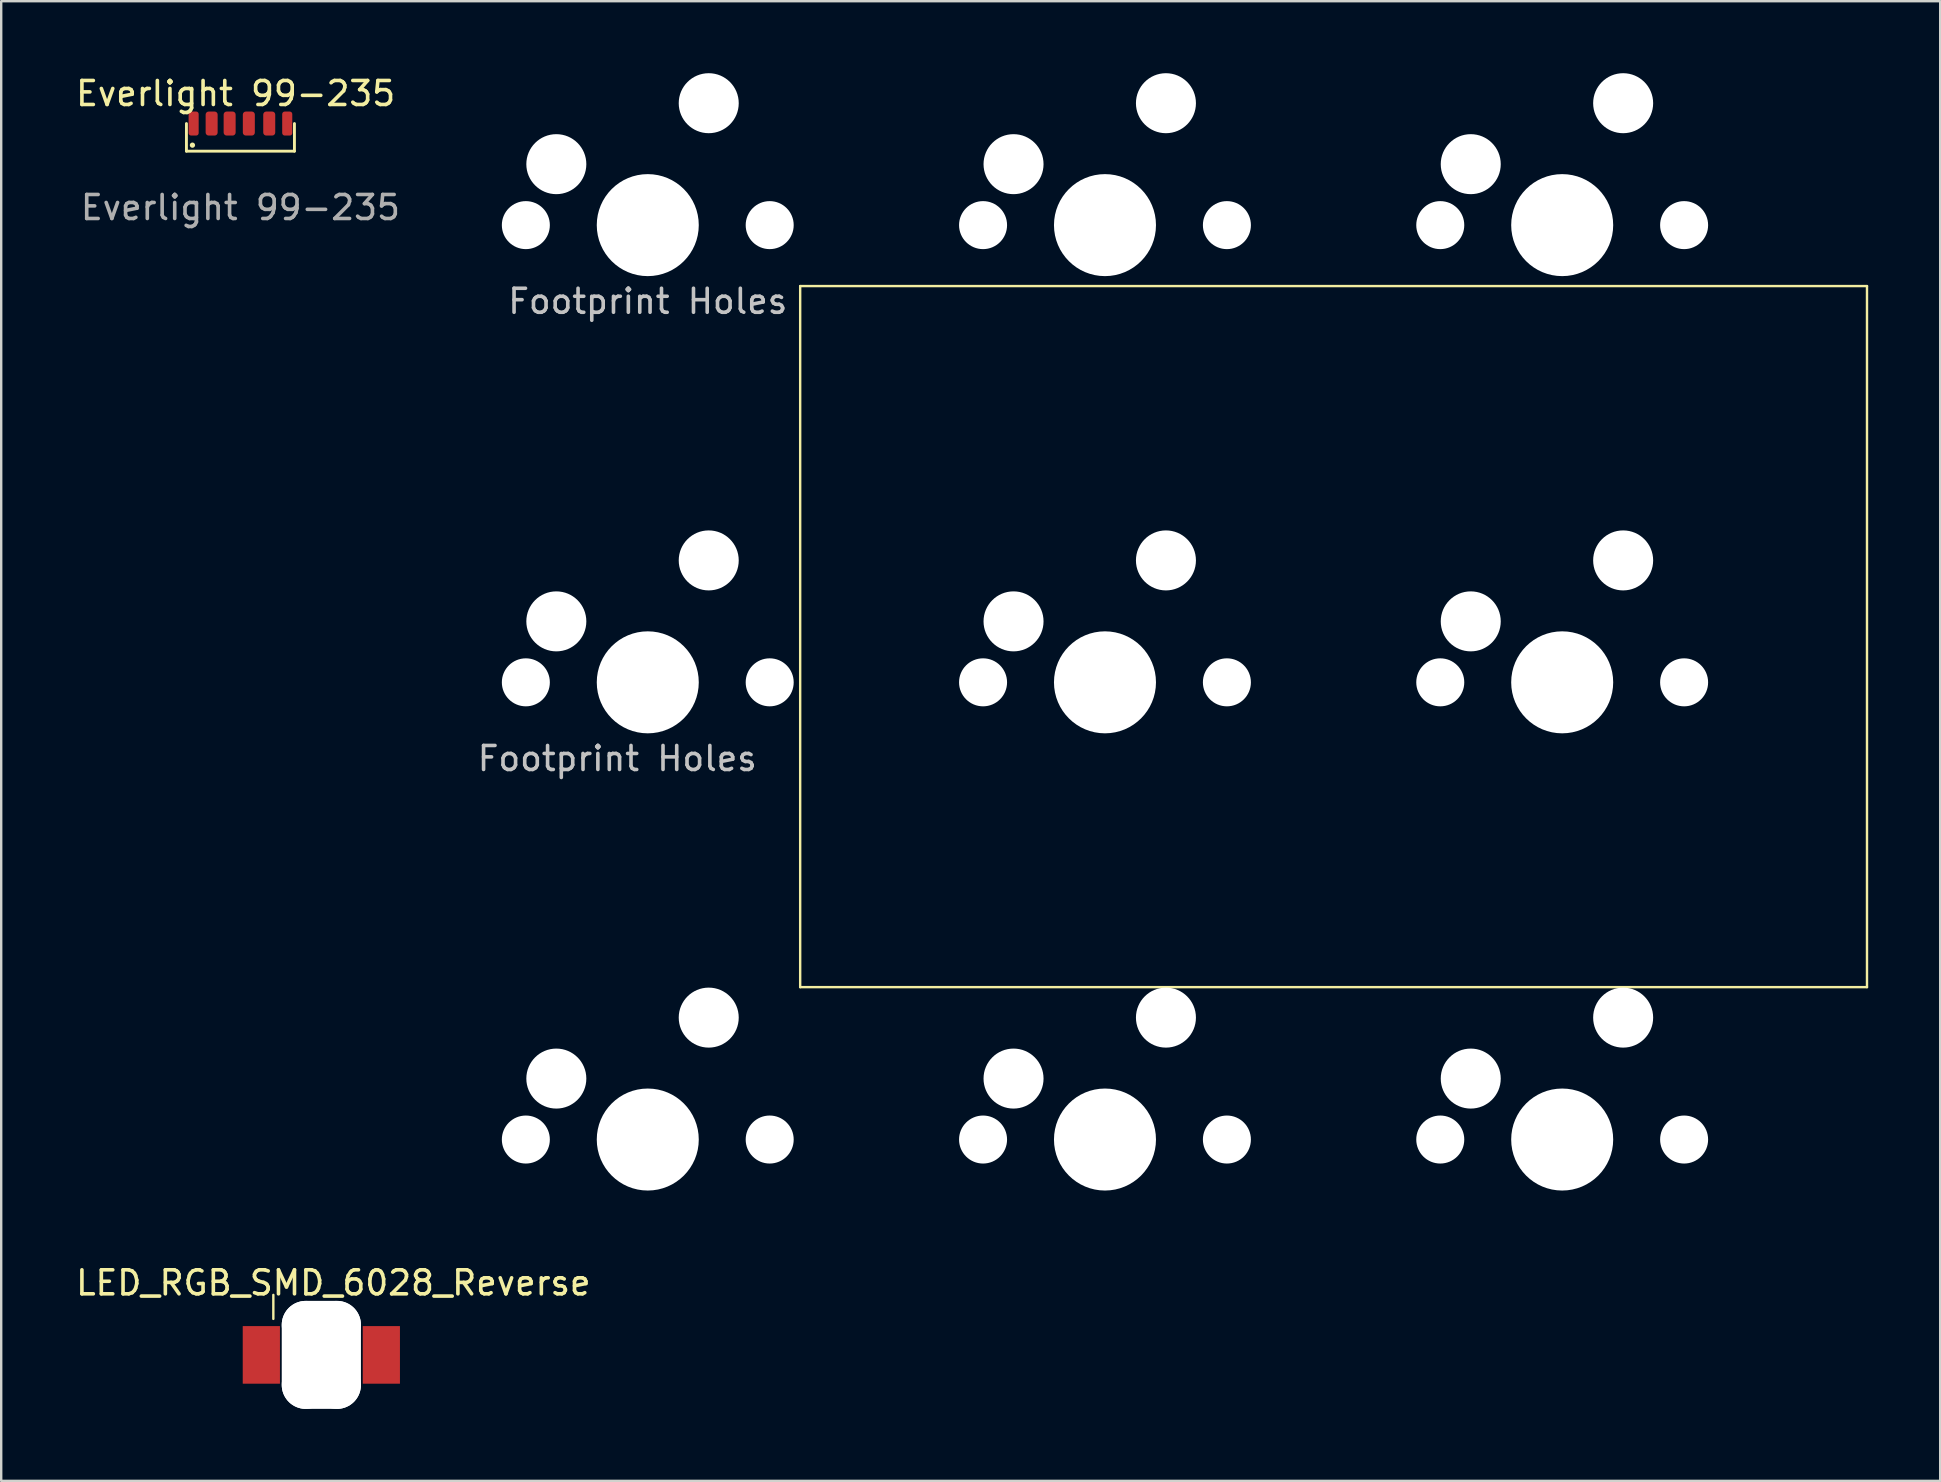
<source format=kicad_pcb>
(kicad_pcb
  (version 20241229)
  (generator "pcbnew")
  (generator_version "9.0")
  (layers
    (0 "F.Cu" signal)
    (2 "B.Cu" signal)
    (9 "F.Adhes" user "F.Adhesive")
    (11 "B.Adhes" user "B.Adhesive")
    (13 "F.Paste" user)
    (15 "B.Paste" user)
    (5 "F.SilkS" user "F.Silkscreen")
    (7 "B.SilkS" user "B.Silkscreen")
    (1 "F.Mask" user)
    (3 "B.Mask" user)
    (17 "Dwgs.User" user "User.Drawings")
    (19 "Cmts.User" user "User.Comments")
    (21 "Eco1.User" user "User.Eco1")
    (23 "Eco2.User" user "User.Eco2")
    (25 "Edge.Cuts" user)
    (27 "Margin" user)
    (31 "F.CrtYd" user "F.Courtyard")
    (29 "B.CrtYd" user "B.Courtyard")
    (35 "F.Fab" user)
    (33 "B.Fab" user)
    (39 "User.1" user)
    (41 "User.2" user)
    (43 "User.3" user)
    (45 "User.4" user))
  (footprint "Everlight 99-235"
    (layer "F.Cu")
    (at 6.968 2.598)
    (property "Reference" "Everlight 99-235" (at -0.2 -1.75 0) (unlocked yes) (layer "F.SilkS") (effects (font (size 1 1) (thickness 0.15))))
    (attr smd)
    (fp_line (start -2.25 -0.5) (end -2.25 0.65) (stroke (width 0.12) (type solid)) (layer "F.SilkS"))
    (fp_line (start -2.25 0.65) (end 2.25 0.65) (stroke (width 0.12) (type solid)) (layer "F.SilkS"))
    (fp_line (start 2.25 0.65) (end 2.25 -0.5) (stroke (width 0.12) (type solid)) (layer "F.SilkS"))
    (fp_circle (center -2 0.4) (end -1.95 0.4) (stroke (width 0.12) (type solid)) (fill yes) (layer "F.SilkS"))
    (fp_text user "${REFERENCE}" (at 0 3 0) (unlocked yes) (layer "F.Fab") (effects (font (size 1 1) (thickness 0.15))))
    (pad "1" smd roundrect (at -1.95 -0.5 90) (size 1 0.42) (layers "F.Cu" "F.Mask" "F.Paste") (roundrect_rratio 0.25))
    (pad "2" smd roundrect (at -1.2 -0.5 90) (size 1 0.5) (layers "F.Cu" "F.Mask" "F.Paste") (roundrect_rratio 0.25))
    (pad "3" smd roundrect (at -0.45 -0.5 90) (size 1 0.5) (layers "F.Cu" "F.Mask" "F.Paste") (roundrect_rratio 0.25))
    (pad "4" smd roundrect (at 0.35 -0.5 90) (size 1 0.5) (layers "F.Cu" "F.Mask" "F.Paste") (roundrect_rratio 0.25))
    (pad "5" smd roundrect (at 1.2 -0.5 90) (size 1 0.5) (layers "F.Cu" "F.Mask" "F.Paste") (roundrect_rratio 0.25))
    (pad "6" smd roundrect (at 1.95 -0.5 90) (size 1 0.42) (layers "F.Cu" "F.Mask" "F.Paste") (roundrect_rratio 0.25)))
  (footprint "LED_RGB_SMD_6028_Reverse"
    (layer "F.Cu")
    (at 10.339 53.403)
    (property "Reference" "LED_RGB_SMD_6028_Reverse" (at 0.5 -3 0) (layer "F.SilkS") (effects (font (size 1 1) (thickness 0.15))))
    (attr smd)
    (fp_line (start -2 -1.5) (end -2 -2.5) (stroke (width 0.1) (type default)) (layer "F.SilkS"))
    (fp_line (start -1.6 -1.4) (end -1.6 1.4) (stroke (width 0.01) (type solid)) (layer "F.SilkS"))
    (fp_line (start -1.6 1.4) (end 1.6 1.4) (stroke (width 0.01) (type solid)) (layer "F.SilkS"))
    (fp_line (start 1.6 -1.4) (end -1.6 -1.4) (stroke (width 0.01) (type solid)) (layer "F.SilkS"))
    (fp_line (start 1.6 1.4) (end 1.6 -1.4) (stroke (width 0.01) (type solid)) (layer "F.SilkS"))
    (pad "" np_thru_hole oval (at -0.65 0 180) (size 2 4.5) (drill oval 2 4.5) (layers "*.Cu" "*.Mask"))
    (pad "" np_thru_hole oval (at 0 -1.25 90) (size 2 3.3) (drill oval 2 3.3) (layers "*.Cu" "*.Mask"))
    (pad "" np_thru_hole oval (at 0 1.25 90) (size 2 3.3) (drill oval 2 3.3) (layers "*.Cu" "*.Mask"))
    (pad "" np_thru_hole oval (at 0.65 0 180) (size 2 4.5) (drill oval 2 4.5) (layers "*.Cu" "*.Mask"))
    (pad "1" smd rect (at -2.5 0) (size 1.55 2.4) (layers "F.Cu" "F.Mask" "F.Paste"))
    (pad "2" smd rect (at 2.5 0) (size 1.55 2.4) (layers "F.Cu" "F.Mask" "F.Paste")))
  (footprint "Footprint Holes"
    (layer "F.Cu")
    (at 42.99 15.22)
    (property "Reference" "Footprint Holes" (at -19.05 -5.715 0) (layer "Dwgs.User") (effects (font (size 1 1) (thickness 0.15))))
    (attr through_hole)
    (fp_line (start -12.7 -6.35) (end -12.7 22.86) (stroke (width 0.1) (type default)) (layer "F.SilkS"))
    (fp_line (start -12.7 22.86) (end 31.75 22.86) (stroke (width 0.1) (type default)) (layer "F.SilkS"))
    (fp_line (start 31.75 -6.35) (end -12.7 -6.35) (stroke (width 0.1) (type default)) (layer "F.SilkS"))
    (fp_line (start 31.75 -6.35) (end 31.75 22.86) (stroke (width 0.1) (type default)) (layer "F.SilkS"))
    (fp_text user "${REFERENCE}" (at -20.32 13.335 0) (layer "Dwgs.User") (effects (font (size 1 1) (thickness 0.15))))
    (pad "" np_thru_hole circle (at -24.13 -8.89 48.099) (size 2 2) (drill 2) (layers "*.Cu" "*.Mask"))
    (pad "" np_thru_hole circle (at -24.13 10.16 48.099) (size 2 2) (drill 2) (layers "*.Cu" "*.Mask"))
    (pad "" np_thru_hole circle (at -24.13 29.21 48.099) (size 2 2) (drill 2) (layers "*.Cu" "*.Mask"))
    (pad "" np_thru_hole circle (at -22.86 -11.43) (size 2.5 2.5) (drill 2.5) (layers "*.Cu" "*.Mask"))
    (pad "" np_thru_hole circle (at -22.86 7.62) (size 2.5 2.5) (drill 2.5) (layers "*.Cu" "*.Mask"))
    (pad "" np_thru_hole circle (at -22.86 26.67) (size 2.5 2.5) (drill 2.5) (layers "*.Cu" "*.Mask"))
    (pad "" np_thru_hole circle (at -19.05 -8.89) (size 4.25 4.25) (drill 4.25) (layers "*.Cu" "*.Mask"))
    (pad "" np_thru_hole circle (at -19.05 10.16) (size 4.25 4.25) (drill 4.25) (layers "*.Cu" "*.Mask"))
    (pad "" np_thru_hole circle (at -19.05 29.21) (size 4.25 4.25) (drill 4.25) (layers "*.Cu" "*.Mask"))
    (pad "" np_thru_hole circle (at -16.51 -13.97) (size 2.5 2.5) (drill 2.5) (layers "*.Cu" "*.Mask"))
    (pad "" np_thru_hole circle (at -16.51 5.08) (size 2.5 2.5) (drill 2.5) (layers "*.Cu" "*.Mask"))
    (pad "" np_thru_hole circle (at -16.51 24.13) (size 2.5 2.5) (drill 2.5) (layers "*.Cu" "*.Mask"))
    (pad "" np_thru_hole circle (at -13.97 -8.89 48.099) (size 2 2) (drill 2) (layers "*.Cu" "*.Mask"))
    (pad "" np_thru_hole circle (at -13.97 10.16 48.099) (size 2 2) (drill 2) (layers "*.Cu" "*.Mask"))
    (pad "" np_thru_hole circle (at -13.97 29.21 48.099) (size 2 2) (drill 2) (layers "*.Cu" "*.Mask"))
    (pad "" np_thru_hole circle (at -5.08 -8.89 48.099) (size 2 2) (drill 2) (layers "*.Cu" "*.Mask"))
    (pad "" np_thru_hole circle (at -5.08 10.16 48.099) (size 2 2) (drill 2) (layers "*.Cu" "*.Mask"))
    (pad "" np_thru_hole circle (at -5.08 29.21 48.099) (size 2 2) (drill 2) (layers "*.Cu" "*.Mask"))
    (pad "" np_thru_hole circle (at -3.81 -11.43) (size 2.5 2.5) (drill 2.5) (layers "*.Cu" "*.Mask"))
    (pad "" np_thru_hole circle (at -3.81 7.62) (size 2.5 2.5) (drill 2.5) (layers "*.Cu" "*.Mask"))
    (pad "" np_thru_hole circle (at -3.81 26.67) (size 2.5 2.5) (drill 2.5) (layers "*.Cu" "*.Mask"))
    (pad "" np_thru_hole circle (at 0 -8.89) (size 4.25 4.25) (drill 4.25) (layers "*.Cu" "*.Mask"))
    (pad "" np_thru_hole circle (at 0 10.16) (size 4.25 4.25) (drill 4.25) (layers "*.Cu" "*.Mask"))
    (pad "" np_thru_hole circle (at 0 29.21) (size 4.25 4.25) (drill 4.25) (layers "*.Cu" "*.Mask"))
    (pad "" np_thru_hole circle (at 2.54 -13.97) (size 2.5 2.5) (drill 2.5) (layers "*.Cu" "*.Mask"))
    (pad "" np_thru_hole circle (at 2.54 5.08) (size 2.5 2.5) (drill 2.5) (layers "*.Cu" "*.Mask"))
    (pad "" np_thru_hole circle (at 2.54 24.13) (size 2.5 2.5) (drill 2.5) (layers "*.Cu" "*.Mask"))
    (pad "" np_thru_hole circle (at 5.08 -8.89 48.099) (size 2 2) (drill 2) (layers "*.Cu" "*.Mask"))
    (pad "" np_thru_hole circle (at 5.08 10.16 48.099) (size 2 2) (drill 2) (layers "*.Cu" "*.Mask"))
    (pad "" np_thru_hole circle (at 5.08 29.21 48.099) (size 2 2) (drill 2) (layers "*.Cu" "*.Mask"))
    (pad "" np_thru_hole circle (at 13.97 -8.89 48.099) (size 2 2) (drill 2) (layers "*.Cu" "*.Mask"))
    (pad "" np_thru_hole circle (at 13.97 10.16 48.099) (size 2 2) (drill 2) (layers "*.Cu" "*.Mask"))
    (pad "" np_thru_hole circle (at 13.97 29.21 48.099) (size 2 2) (drill 2) (layers "*.Cu" "*.Mask"))
    (pad "" np_thru_hole circle (at 15.24 -11.43) (size 2.5 2.5) (drill 2.5) (layers "*.Cu" "*.Mask"))
    (pad "" np_thru_hole circle (at 15.24 7.62) (size 2.5 2.5) (drill 2.5) (layers "*.Cu" "*.Mask"))
    (pad "" np_thru_hole circle (at 15.24 26.67) (size 2.5 2.5) (drill 2.5) (layers "*.Cu" "*.Mask"))
    (pad "" np_thru_hole circle (at 19.05 -8.89) (size 4.25 4.25) (drill 4.25) (layers "*.Cu" "*.Mask"))
    (pad "" np_thru_hole circle (at 19.05 10.16) (size 4.25 4.25) (drill 4.25) (layers "*.Cu" "*.Mask"))
    (pad "" np_thru_hole circle (at 19.05 29.21) (size 4.25 4.25) (drill 4.25) (layers "*.Cu" "*.Mask"))
    (pad "" np_thru_hole circle (at 21.59 -13.97) (size 2.5 2.5) (drill 2.5) (layers "*.Cu" "*.Mask"))
    (pad "" np_thru_hole circle (at 21.59 5.08) (size 2.5 2.5) (drill 2.5) (layers "*.Cu" "*.Mask"))
    (pad "" np_thru_hole circle (at 21.59 24.13) (size 2.5 2.5) (drill 2.5) (layers "*.Cu" "*.Mask"))
    (pad "" np_thru_hole circle (at 24.13 -8.89 48.099) (size 2 2) (drill 2) (layers "*.Cu" "*.Mask"))
    (pad "" np_thru_hole circle (at 24.13 10.16 48.099) (size 2 2) (drill 2) (layers "*.Cu" "*.Mask"))
    (pad "" np_thru_hole circle (at 24.13 29.21 48.099) (size 2 2) (drill 2) (layers "*.Cu" "*.Mask")))
  (gr_rect
    (start -3 -3)
    (end 77.79 58.653)
    (stroke (width 0.1) (type default))
    (fill no)
    (layer "Edge.Cuts")))
</source>
